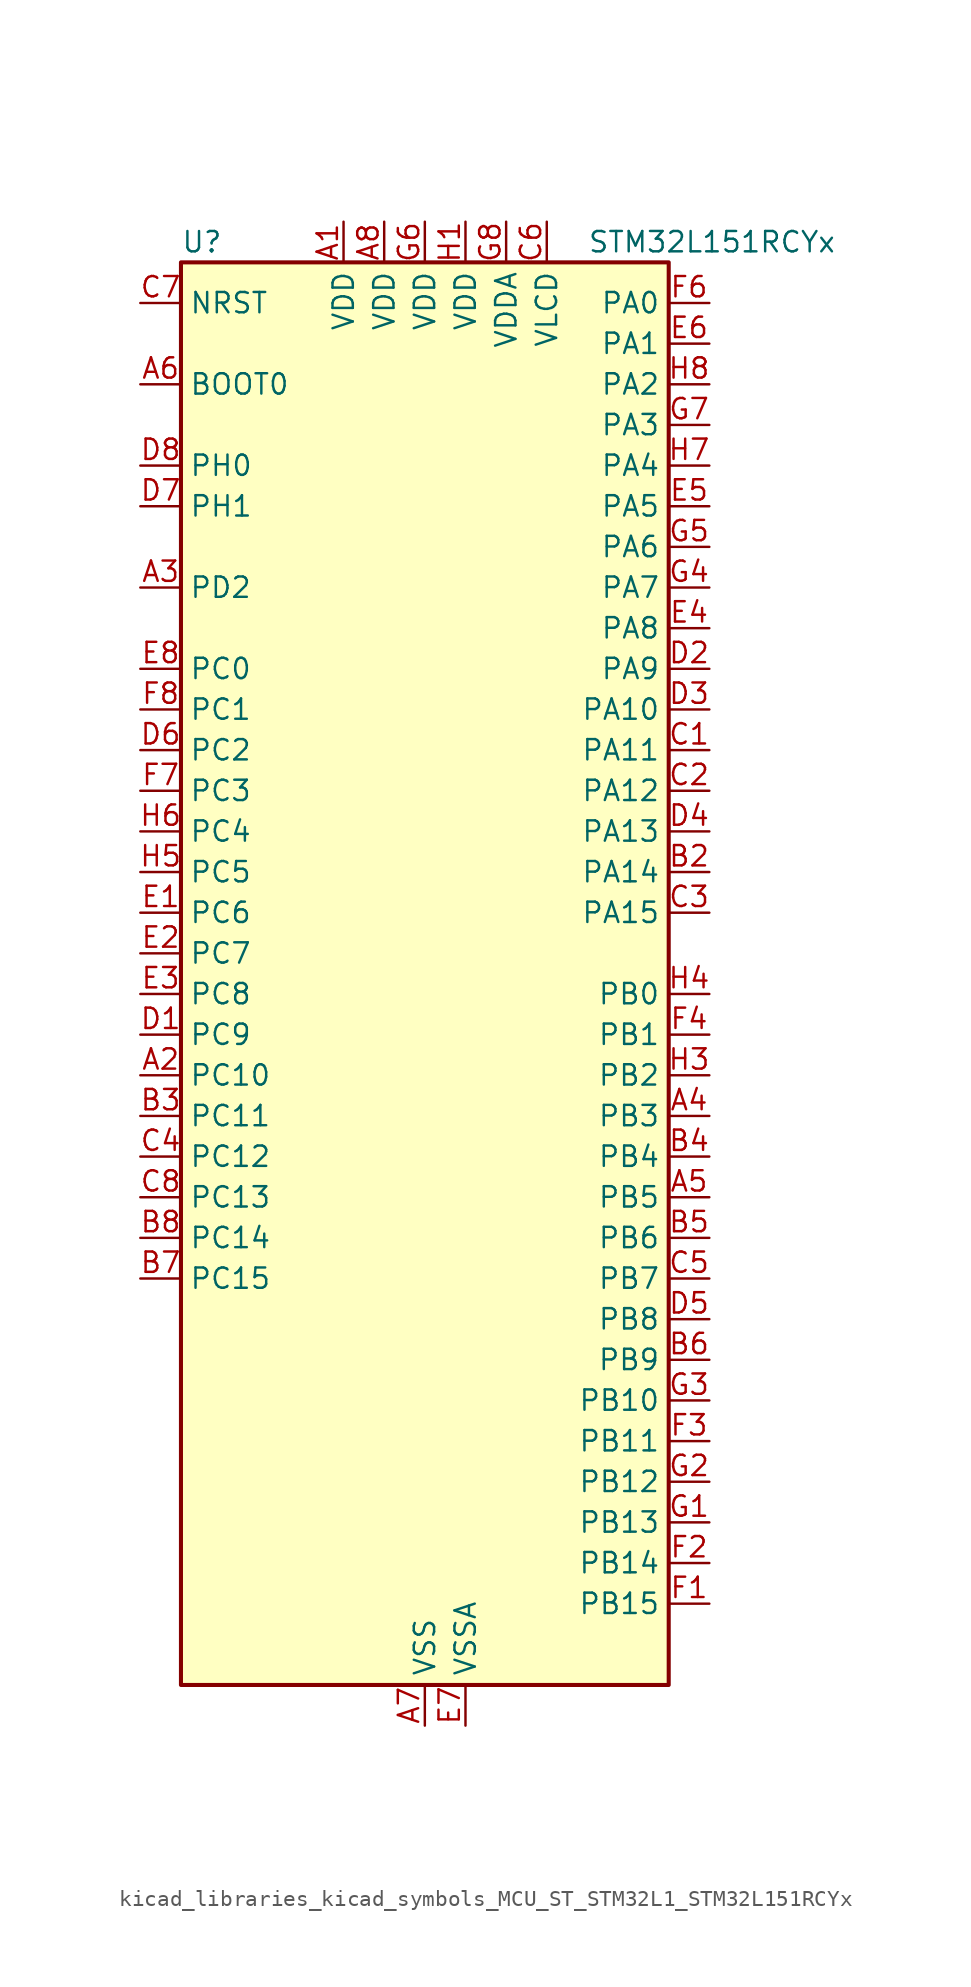
<source format=kicad_sym>
(kicad_symbol_lib
  (version 20220914)
  (generator kicad_symbol_editor)
  (symbol "kicad_libraries_kicad_symbols_MCU_ST_STM32L1_STM32L151RCYx"
    (property "Reference" "U"
      (at -15.24 46.99 0)
      (effects (font (size 1.27 1.27)) (justify left)))
    (property "Value" "STM32L151RCYx"
      (at 10.16 46.99 0)
      (effects (font (size 1.27 1.27)) (justify left)))
    (property "ki_locked" ""
      (at 0 0 0)
      (effects (font (size 1.27 1.27))))
    (symbol "kicad_libraries_kicad_symbols_MCU_ST_STM32L1_STM32L151RCYx_0_1"
      (rectangle (start -15.24 -43.18) (end 15.24 45.72) (stroke (width 0.254) (type default)) (fill (type background))))
    (symbol "kicad_libraries_kicad_symbols_MCU_ST_STM32L1_STM32L151RCYx_1_1"
      (pin power_in line (at -5.08 48.26 270) (length 2.54) (name "VDD" (effects (font (size 1.27 1.27)))) (number "A1" (effects (font (size 1.27 1.27)))))
      (pin bidirectional line (at -17.78 -5.08 0) (length 2.54) (name "PC10" (effects (font (size 1.27 1.27)))) (number "A2" (effects (font (size 1.27 1.27)))) (alternate "I2S3_CK" bidirectional line) (alternate "SPI3_SCK" bidirectional line) (alternate "TIMX_IC3" bidirectional line) (alternate "USART3_TX" bidirectional line))
      (pin bidirectional line (at -17.78 25.4 0) (length 2.54) (name "PD2" (effects (font (size 1.27 1.27)))) (number "A3" (effects (font (size 1.27 1.27)))) (alternate "TIM3_ETR" bidirectional line) (alternate "TIMX_IC3" bidirectional line))
      (pin bidirectional line (at 17.78 -7.62 180) (length 2.54) (name "PB3" (effects (font (size 1.27 1.27)))) (number "A4" (effects (font (size 1.27 1.27)))) (alternate "COMP2_INM" bidirectional line) (alternate "I2S3_CK" bidirectional line) (alternate "SPI1_SCK" bidirectional line) (alternate "SPI3_SCK" bidirectional line) (alternate "SYS_JTDO-TRACESWO" bidirectional line) (alternate "TIM2_CH2" bidirectional line))
      (pin bidirectional line (at 17.78 -12.7 180) (length 2.54) (name "PB5" (effects (font (size 1.27 1.27)))) (number "A5" (effects (font (size 1.27 1.27)))) (alternate "COMP2_INP" bidirectional line) (alternate "I2C1_SMBA" bidirectional line) (alternate "I2S3_SD" bidirectional line) (alternate "SPI1_MOSI" bidirectional line) (alternate "SPI3_MOSI" bidirectional line) (alternate "TIM3_CH2" bidirectional line) (alternate "TS_G6_IO2" bidirectional line))
      (pin input line (at -17.78 38.1 0) (length 2.54) (name "BOOT0" (effects (font (size 1.27 1.27)))) (number "A6" (effects (font (size 1.27 1.27)))))
      (pin power_in line (at 0 -45.72 90) (length 2.54) (name "VSS" (effects (font (size 1.27 1.27)))) (number "A7" (effects (font (size 1.27 1.27)))))
      (pin power_in line (at -2.54 48.26 270) (length 2.54) (name "VDD" (effects (font (size 1.27 1.27)))) (number "A8" (effects (font (size 1.27 1.27)))))
      (pin passive line (at 0 -45.72 90) (length 2.54) hide (name "VSS" (effects (font (size 1.27 1.27)))) (number "B1" (effects (font (size 1.27 1.27)))))
      (pin bidirectional line (at 17.78 7.62 180) (length 2.54) (name "PA14" (effects (font (size 1.27 1.27)))) (number "B2" (effects (font (size 1.27 1.27)))) (alternate "SYS_JTCK-SWCLK" bidirectional line) (alternate "TIMX_IC3" bidirectional line) (alternate "TS_G5_IO2" bidirectional line))
      (pin bidirectional line (at -17.78 -7.62 0) (length 2.54) (name "PC11" (effects (font (size 1.27 1.27)))) (number "B3" (effects (font (size 1.27 1.27)))) (alternate "ADC_EXTI11" bidirectional line) (alternate "SPI3_MISO" bidirectional line) (alternate "TIMX_IC4" bidirectional line) (alternate "USART3_RX" bidirectional line))
      (pin bidirectional line (at 17.78 -10.16 180) (length 2.54) (name "PB4" (effects (font (size 1.27 1.27)))) (number "B4" (effects (font (size 1.27 1.27)))) (alternate "COMP2_INP" bidirectional line) (alternate "SPI1_MISO" bidirectional line) (alternate "SPI3_MISO" bidirectional line) (alternate "SYS_JTRST" bidirectional line) (alternate "TIM3_CH1" bidirectional line) (alternate "TS_G6_IO1" bidirectional line))
      (pin bidirectional line (at 17.78 -15.24 180) (length 2.54) (name "PB6" (effects (font (size 1.27 1.27)))) (number "B5" (effects (font (size 1.27 1.27)))) (alternate "COMP2_INP" bidirectional line) (alternate "I2C1_SCL" bidirectional line) (alternate "TIM4_CH1" bidirectional line) (alternate "TS_G6_IO3" bidirectional line) (alternate "USART1_TX" bidirectional line))
      (pin bidirectional line (at 17.78 -22.86 180) (length 2.54) (name "PB9" (effects (font (size 1.27 1.27)))) (number "B6" (effects (font (size 1.27 1.27)))) (alternate "DAC_EXTI9" bidirectional line) (alternate "I2C1_SDA" bidirectional line) (alternate "TIM11_CH1" bidirectional line) (alternate "TIM4_CH4" bidirectional line))
      (pin bidirectional line (at -17.78 -17.78 0) (length 2.54) (name "PC15" (effects (font (size 1.27 1.27)))) (number "B7" (effects (font (size 1.27 1.27)))) (alternate "ADC_EXTI15" bidirectional line) (alternate "RCC_OSC32_OUT" bidirectional line) (alternate "TIMX_IC4" bidirectional line))
      (pin bidirectional line (at -17.78 -15.24 0) (length 2.54) (name "PC14" (effects (font (size 1.27 1.27)))) (number "B8" (effects (font (size 1.27 1.27)))) (alternate "RCC_OSC32_IN" bidirectional line) (alternate "TIMX_IC3" bidirectional line))
      (pin bidirectional line (at 17.78 15.24 180) (length 2.54) (name "PA11" (effects (font (size 1.27 1.27)))) (number "C1" (effects (font (size 1.27 1.27)))) (alternate "ADC_EXTI11" bidirectional line) (alternate "SPI1_MISO" bidirectional line) (alternate "TIMX_IC4" bidirectional line) (alternate "USART1_CTS" bidirectional line) (alternate "USB_DM" bidirectional line))
      (pin bidirectional line (at 17.78 12.7 180) (length 2.54) (name "PA12" (effects (font (size 1.27 1.27)))) (number "C2" (effects (font (size 1.27 1.27)))) (alternate "SPI1_MOSI" bidirectional line) (alternate "TIMX_IC1" bidirectional line) (alternate "USART1_RTS" bidirectional line) (alternate "USB_DP" bidirectional line))
      (pin bidirectional line (at 17.78 5.08 180) (length 2.54) (name "PA15" (effects (font (size 1.27 1.27)))) (number "C3" (effects (font (size 1.27 1.27)))) (alternate "ADC_EXTI15" bidirectional line) (alternate "I2S3_WS" bidirectional line) (alternate "SPI1_NSS" bidirectional line) (alternate "SPI3_NSS" bidirectional line) (alternate "SYS_JTDI" bidirectional line) (alternate "TIM2_CH1" bidirectional line) (alternate "TIM2_ETR" bidirectional line) (alternate "TIMX_IC4" bidirectional line) (alternate "TS_G5_IO3" bidirectional line))
      (pin bidirectional line (at -17.78 -10.16 0) (length 2.54) (name "PC12" (effects (font (size 1.27 1.27)))) (number "C4" (effects (font (size 1.27 1.27)))) (alternate "I2S3_SD" bidirectional line) (alternate "SPI3_MOSI" bidirectional line) (alternate "TIMX_IC1" bidirectional line) (alternate "USART3_CK" bidirectional line))
      (pin bidirectional line (at 17.78 -17.78 180) (length 2.54) (name "PB7" (effects (font (size 1.27 1.27)))) (number "C5" (effects (font (size 1.27 1.27)))) (alternate "COMP2_INP" bidirectional line) (alternate "I2C1_SDA" bidirectional line) (alternate "SYS_PVD_IN" bidirectional line) (alternate "TIM4_CH2" bidirectional line) (alternate "TS_G6_IO4" bidirectional line) (alternate "USART1_RX" bidirectional line))
      (pin power_in line (at 7.62 48.26 270) (length 2.54) (name "VLCD" (effects (font (size 1.27 1.27)))) (number "C6" (effects (font (size 1.27 1.27)))))
      (pin input line (at -17.78 43.18 0) (length 2.54) (name "NRST" (effects (font (size 1.27 1.27)))) (number "C7" (effects (font (size 1.27 1.27)))))
      (pin bidirectional line (at -17.78 -12.7 0) (length 2.54) (name "PC13" (effects (font (size 1.27 1.27)))) (number "C8" (effects (font (size 1.27 1.27)))) (alternate "RTC_OUT_ALARM" bidirectional line) (alternate "RTC_OUT_CALIB" bidirectional line) (alternate "RTC_TAMP1" bidirectional line) (alternate "RTC_TS" bidirectional line) (alternate "SYS_WKUP2" bidirectional line) (alternate "TIMX_IC2" bidirectional line))
      (pin bidirectional line (at -17.78 -2.54 0) (length 2.54) (name "PC9" (effects (font (size 1.27 1.27)))) (number "D1" (effects (font (size 1.27 1.27)))) (alternate "DAC_EXTI9" bidirectional line) (alternate "TIM3_CH4" bidirectional line) (alternate "TIMX_IC2" bidirectional line) (alternate "TS_G10_IO4" bidirectional line))
      (pin bidirectional line (at 17.78 20.32 180) (length 2.54) (name "PA9" (effects (font (size 1.27 1.27)))) (number "D2" (effects (font (size 1.27 1.27)))) (alternate "DAC_EXTI9" bidirectional line) (alternate "TIMX_IC2" bidirectional line) (alternate "TS_G4_IO2" bidirectional line) (alternate "USART1_TX" bidirectional line))
      (pin bidirectional line (at 17.78 17.78 180) (length 2.54) (name "PA10" (effects (font (size 1.27 1.27)))) (number "D3" (effects (font (size 1.27 1.27)))) (alternate "TIMX_IC3" bidirectional line) (alternate "TS_G4_IO3" bidirectional line) (alternate "USART1_RX" bidirectional line))
      (pin bidirectional line (at 17.78 10.16 180) (length 2.54) (name "PA13" (effects (font (size 1.27 1.27)))) (number "D4" (effects (font (size 1.27 1.27)))) (alternate "SYS_JTMS-SWDIO" bidirectional line) (alternate "TIMX_IC2" bidirectional line) (alternate "TS_G5_IO1" bidirectional line))
      (pin bidirectional line (at 17.78 -20.32 180) (length 2.54) (name "PB8" (effects (font (size 1.27 1.27)))) (number "D5" (effects (font (size 1.27 1.27)))) (alternate "I2C1_SCL" bidirectional line) (alternate "TIM10_CH1" bidirectional line) (alternate "TIM4_CH3" bidirectional line))
      (pin bidirectional line (at -17.78 15.24 0) (length 2.54) (name "PC2" (effects (font (size 1.27 1.27)))) (number "D6" (effects (font (size 1.27 1.27)))) (alternate "ADC_IN12" bidirectional line) (alternate "COMP1_INP" bidirectional line) (alternate "TIMX_IC3" bidirectional line) (alternate "TS_G8_IO3" bidirectional line))
      (pin bidirectional line (at -17.78 30.48 0) (length 2.54) (name "PH1" (effects (font (size 1.27 1.27)))) (number "D7" (effects (font (size 1.27 1.27)))) (alternate "RCC_OSC_OUT" bidirectional line))
      (pin bidirectional line (at -17.78 33.02 0) (length 2.54) (name "PH0" (effects (font (size 1.27 1.27)))) (number "D8" (effects (font (size 1.27 1.27)))) (alternate "RCC_OSC_IN" bidirectional line))
      (pin bidirectional line (at -17.78 5.08 0) (length 2.54) (name "PC6" (effects (font (size 1.27 1.27)))) (number "E1" (effects (font (size 1.27 1.27)))) (alternate "I2S2_MCK" bidirectional line) (alternate "TIM3_CH1" bidirectional line) (alternate "TIMX_IC3" bidirectional line) (alternate "TS_G10_IO1" bidirectional line))
      (pin bidirectional line (at -17.78 2.54 0) (length 2.54) (name "PC7" (effects (font (size 1.27 1.27)))) (number "E2" (effects (font (size 1.27 1.27)))) (alternate "I2S3_MCK" bidirectional line) (alternate "TIM3_CH2" bidirectional line) (alternate "TIMX_IC4" bidirectional line) (alternate "TS_G10_IO2" bidirectional line))
      (pin bidirectional line (at -17.78 0 0) (length 2.54) (name "PC8" (effects (font (size 1.27 1.27)))) (number "E3" (effects (font (size 1.27 1.27)))) (alternate "TIM3_CH3" bidirectional line) (alternate "TIMX_IC1" bidirectional line) (alternate "TS_G10_IO3" bidirectional line))
      (pin bidirectional line (at 17.78 22.86 180) (length 2.54) (name "PA8" (effects (font (size 1.27 1.27)))) (number "E4" (effects (font (size 1.27 1.27)))) (alternate "RCC_MCO" bidirectional line) (alternate "TIMX_IC1" bidirectional line) (alternate "TS_G4_IO1" bidirectional line) (alternate "USART1_CK" bidirectional line))
      (pin bidirectional line (at 17.78 30.48 180) (length 2.54) (name "PA5" (effects (font (size 1.27 1.27)))) (number "E5" (effects (font (size 1.27 1.27)))) (alternate "ADC_IN5" bidirectional line) (alternate "COMP1_INP" bidirectional line) (alternate "DAC_OUT2" bidirectional line) (alternate "SPI1_SCK" bidirectional line) (alternate "TIM2_CH1" bidirectional line) (alternate "TIM2_ETR" bidirectional line) (alternate "TIMX_IC2" bidirectional line))
      (pin bidirectional line (at 17.78 40.64 180) (length 2.54) (name "PA1" (effects (font (size 1.27 1.27)))) (number "E6" (effects (font (size 1.27 1.27)))) (alternate "ADC_IN1" bidirectional line) (alternate "COMP1_INP" bidirectional line) (alternate "OPAMP1_VINP" bidirectional line) (alternate "TIM2_CH2" bidirectional line) (alternate "TIM5_CH2" bidirectional line) (alternate "TIMX_IC2" bidirectional line) (alternate "TS_G1_IO2" bidirectional line) (alternate "USART2_RTS" bidirectional line))
      (pin power_in line (at 2.54 -45.72 90) (length 2.54) (name "VSSA" (effects (font (size 1.27 1.27)))) (number "E7" (effects (font (size 1.27 1.27)))))
      (pin bidirectional line (at -17.78 20.32 0) (length 2.54) (name "PC0" (effects (font (size 1.27 1.27)))) (number "E8" (effects (font (size 1.27 1.27)))) (alternate "ADC_IN10" bidirectional line) (alternate "COMP1_INP" bidirectional line) (alternate "TIMX_IC1" bidirectional line) (alternate "TS_G8_IO1" bidirectional line))
      (pin bidirectional line (at 17.78 -38.1 180) (length 2.54) (name "PB15" (effects (font (size 1.27 1.27)))) (number "F1" (effects (font (size 1.27 1.27)))) (alternate "ADC_EXTI15" bidirectional line) (alternate "ADC_IN21" bidirectional line) (alternate "COMP1_INP" bidirectional line) (alternate "I2S2_SD" bidirectional line) (alternate "RTC_REFIN" bidirectional line) (alternate "SPI2_MOSI" bidirectional line) (alternate "TIM11_CH1" bidirectional line) (alternate "TS_G7_IO4" bidirectional line))
      (pin bidirectional line (at 17.78 -35.56 180) (length 2.54) (name "PB14" (effects (font (size 1.27 1.27)))) (number "F2" (effects (font (size 1.27 1.27)))) (alternate "ADC_IN20" bidirectional line) (alternate "COMP1_INP" bidirectional line) (alternate "SPI2_MISO" bidirectional line) (alternate "TIM9_CH2" bidirectional line) (alternate "TS_G7_IO3" bidirectional line) (alternate "USART3_RTS" bidirectional line))
      (pin bidirectional line (at 17.78 -27.94 180) (length 2.54) (name "PB11" (effects (font (size 1.27 1.27)))) (number "F3" (effects (font (size 1.27 1.27)))) (alternate "ADC_EXTI11" bidirectional line) (alternate "I2C2_SDA" bidirectional line) (alternate "TIM2_CH4" bidirectional line) (alternate "USART3_RX" bidirectional line))
      (pin bidirectional line (at 17.78 -2.54 180) (length 2.54) (name "PB1" (effects (font (size 1.27 1.27)))) (number "F4" (effects (font (size 1.27 1.27)))) (alternate "ADC_IN9" bidirectional line) (alternate "COMP1_INP" bidirectional line) (alternate "SYS_V_REF_OUT" bidirectional line) (alternate "TIM3_CH4" bidirectional line) (alternate "TS_G3_IO2" bidirectional line))
      (pin passive line (at 0 -45.72 90) (length 2.54) hide (name "VSS" (effects (font (size 1.27 1.27)))) (number "F5" (effects (font (size 1.27 1.27)))))
      (pin bidirectional line (at 17.78 43.18 180) (length 2.54) (name "PA0" (effects (font (size 1.27 1.27)))) (number "F6" (effects (font (size 1.27 1.27)))) (alternate "ADC_IN0" bidirectional line) (alternate "COMP1_INP" bidirectional line) (alternate "RTC_TAMP2" bidirectional line) (alternate "SYS_WKUP1" bidirectional line) (alternate "TIM2_CH1" bidirectional line) (alternate "TIM2_ETR" bidirectional line) (alternate "TIM5_CH1" bidirectional line) (alternate "TIMX_IC1" bidirectional line) (alternate "TS_G1_IO1" bidirectional line) (alternate "USART2_CTS" bidirectional line))
      (pin bidirectional line (at -17.78 12.7 0) (length 2.54) (name "PC3" (effects (font (size 1.27 1.27)))) (number "F7" (effects (font (size 1.27 1.27)))) (alternate "ADC_IN13" bidirectional line) (alternate "COMP1_INP" bidirectional line) (alternate "TIMX_IC4" bidirectional line) (alternate "TS_G8_IO4" bidirectional line))
      (pin bidirectional line (at -17.78 17.78 0) (length 2.54) (name "PC1" (effects (font (size 1.27 1.27)))) (number "F8" (effects (font (size 1.27 1.27)))) (alternate "ADC_IN11" bidirectional line) (alternate "COMP1_INP" bidirectional line) (alternate "TIMX_IC2" bidirectional line) (alternate "TS_G8_IO2" bidirectional line))
      (pin bidirectional line (at 17.78 -33.02 180) (length 2.54) (name "PB13" (effects (font (size 1.27 1.27)))) (number "G1" (effects (font (size 1.27 1.27)))) (alternate "ADC_IN19" bidirectional line) (alternate "COMP1_INP" bidirectional line) (alternate "I2S2_CK" bidirectional line) (alternate "SPI2_SCK" bidirectional line) (alternate "TIM9_CH1" bidirectional line) (alternate "TS_G7_IO2" bidirectional line) (alternate "USART3_CTS" bidirectional line))
      (pin bidirectional line (at 17.78 -30.48 180) (length 2.54) (name "PB12" (effects (font (size 1.27 1.27)))) (number "G2" (effects (font (size 1.27 1.27)))) (alternate "ADC_IN18" bidirectional line) (alternate "COMP1_INP" bidirectional line) (alternate "I2C2_SMBA" bidirectional line) (alternate "I2S2_WS" bidirectional line) (alternate "SPI2_NSS" bidirectional line) (alternate "TIM10_CH1" bidirectional line) (alternate "TS_G7_IO1" bidirectional line) (alternate "USART3_CK" bidirectional line))
      (pin bidirectional line (at 17.78 -25.4 180) (length 2.54) (name "PB10" (effects (font (size 1.27 1.27)))) (number "G3" (effects (font (size 1.27 1.27)))) (alternate "I2C2_SCL" bidirectional line) (alternate "TIM2_CH3" bidirectional line) (alternate "USART3_TX" bidirectional line))
      (pin bidirectional line (at 17.78 25.4 180) (length 2.54) (name "PA7" (effects (font (size 1.27 1.27)))) (number "G4" (effects (font (size 1.27 1.27)))) (alternate "ADC_IN7" bidirectional line) (alternate "COMP1_INP" bidirectional line) (alternate "OPAMP2_VINM" bidirectional line) (alternate "SPI1_MOSI" bidirectional line) (alternate "TIM11_CH1" bidirectional line) (alternate "TIM3_CH2" bidirectional line) (alternate "TIMX_IC4" bidirectional line) (alternate "TS_G2_IO2" bidirectional line))
      (pin bidirectional line (at 17.78 27.94 180) (length 2.54) (name "PA6" (effects (font (size 1.27 1.27)))) (number "G5" (effects (font (size 1.27 1.27)))) (alternate "ADC_IN6" bidirectional line) (alternate "COMP1_INP" bidirectional line) (alternate "OPAMP2_VINP" bidirectional line) (alternate "SPI1_MISO" bidirectional line) (alternate "TIM10_CH1" bidirectional line) (alternate "TIM3_CH1" bidirectional line) (alternate "TIMX_IC3" bidirectional line) (alternate "TS_G2_IO1" bidirectional line))
      (pin power_in line (at 0 48.26 270) (length 2.54) (name "VDD" (effects (font (size 1.27 1.27)))) (number "G6" (effects (font (size 1.27 1.27)))))
      (pin bidirectional line (at 17.78 35.56 180) (length 2.54) (name "PA3" (effects (font (size 1.27 1.27)))) (number "G7" (effects (font (size 1.27 1.27)))) (alternate "ADC_IN3" bidirectional line) (alternate "COMP1_INP" bidirectional line) (alternate "OPAMP1_VOUT" bidirectional line) (alternate "TIM2_CH4" bidirectional line) (alternate "TIM5_CH4" bidirectional line) (alternate "TIM9_CH2" bidirectional line) (alternate "TIMX_IC4" bidirectional line) (alternate "TS_G1_IO4" bidirectional line) (alternate "USART2_RX" bidirectional line))
      (pin power_in line (at 5.08 48.26 270) (length 2.54) (name "VDDA" (effects (font (size 1.27 1.27)))) (number "G8" (effects (font (size 1.27 1.27)))))
      (pin power_in line (at 2.54 48.26 270) (length 2.54) (name "VDD" (effects (font (size 1.27 1.27)))) (number "H1" (effects (font (size 1.27 1.27)))))
      (pin passive line (at 0 -45.72 90) (length 2.54) hide (name "VSS" (effects (font (size 1.27 1.27)))) (number "H2" (effects (font (size 1.27 1.27)))))
      (pin bidirectional line (at 17.78 -5.08 180) (length 2.54) (name "PB2" (effects (font (size 1.27 1.27)))) (number "H3" (effects (font (size 1.27 1.27)))) (alternate "TS_G3_IO3" bidirectional line))
      (pin bidirectional line (at 17.78 0 180) (length 2.54) (name "PB0" (effects (font (size 1.27 1.27)))) (number "H4" (effects (font (size 1.27 1.27)))) (alternate "ADC_IN8" bidirectional line) (alternate "COMP1_INP" bidirectional line) (alternate "OPAMP2_VOUT" bidirectional line) (alternate "SYS_V_REF_OUT" bidirectional line) (alternate "TIM3_CH3" bidirectional line) (alternate "TS_G3_IO1" bidirectional line))
      (pin bidirectional line (at -17.78 7.62 0) (length 2.54) (name "PC5" (effects (font (size 1.27 1.27)))) (number "H5" (effects (font (size 1.27 1.27)))) (alternate "ADC_IN15" bidirectional line) (alternate "COMP1_INP" bidirectional line) (alternate "TIMX_IC2" bidirectional line) (alternate "TS_G9_IO2" bidirectional line))
      (pin bidirectional line (at -17.78 10.16 0) (length 2.54) (name "PC4" (effects (font (size 1.27 1.27)))) (number "H6" (effects (font (size 1.27 1.27)))) (alternate "ADC_IN14" bidirectional line) (alternate "COMP1_INP" bidirectional line) (alternate "TIMX_IC1" bidirectional line) (alternate "TS_G9_IO1" bidirectional line))
      (pin bidirectional line (at 17.78 33.02 180) (length 2.54) (name "PA4" (effects (font (size 1.27 1.27)))) (number "H7" (effects (font (size 1.27 1.27)))) (alternate "ADC_IN4" bidirectional line) (alternate "COMP1_INP" bidirectional line) (alternate "DAC_OUT1" bidirectional line) (alternate "I2S3_WS" bidirectional line) (alternate "SPI1_NSS" bidirectional line) (alternate "SPI3_NSS" bidirectional line) (alternate "TIMX_IC1" bidirectional line) (alternate "USART2_CK" bidirectional line))
      (pin bidirectional line (at 17.78 38.1 180) (length 2.54) (name "PA2" (effects (font (size 1.27 1.27)))) (number "H8" (effects (font (size 1.27 1.27)))) (alternate "ADC_IN2" bidirectional line) (alternate "COMP1_INP" bidirectional line) (alternate "OPAMP1_VINM" bidirectional line) (alternate "TIM2_CH3" bidirectional line) (alternate "TIM5_CH3" bidirectional line) (alternate "TIM9_CH1" bidirectional line) (alternate "TIMX_IC3" bidirectional line) (alternate "TS_G1_IO3" bidirectional line) (alternate "USART2_TX" bidirectional line)))))
</source>
